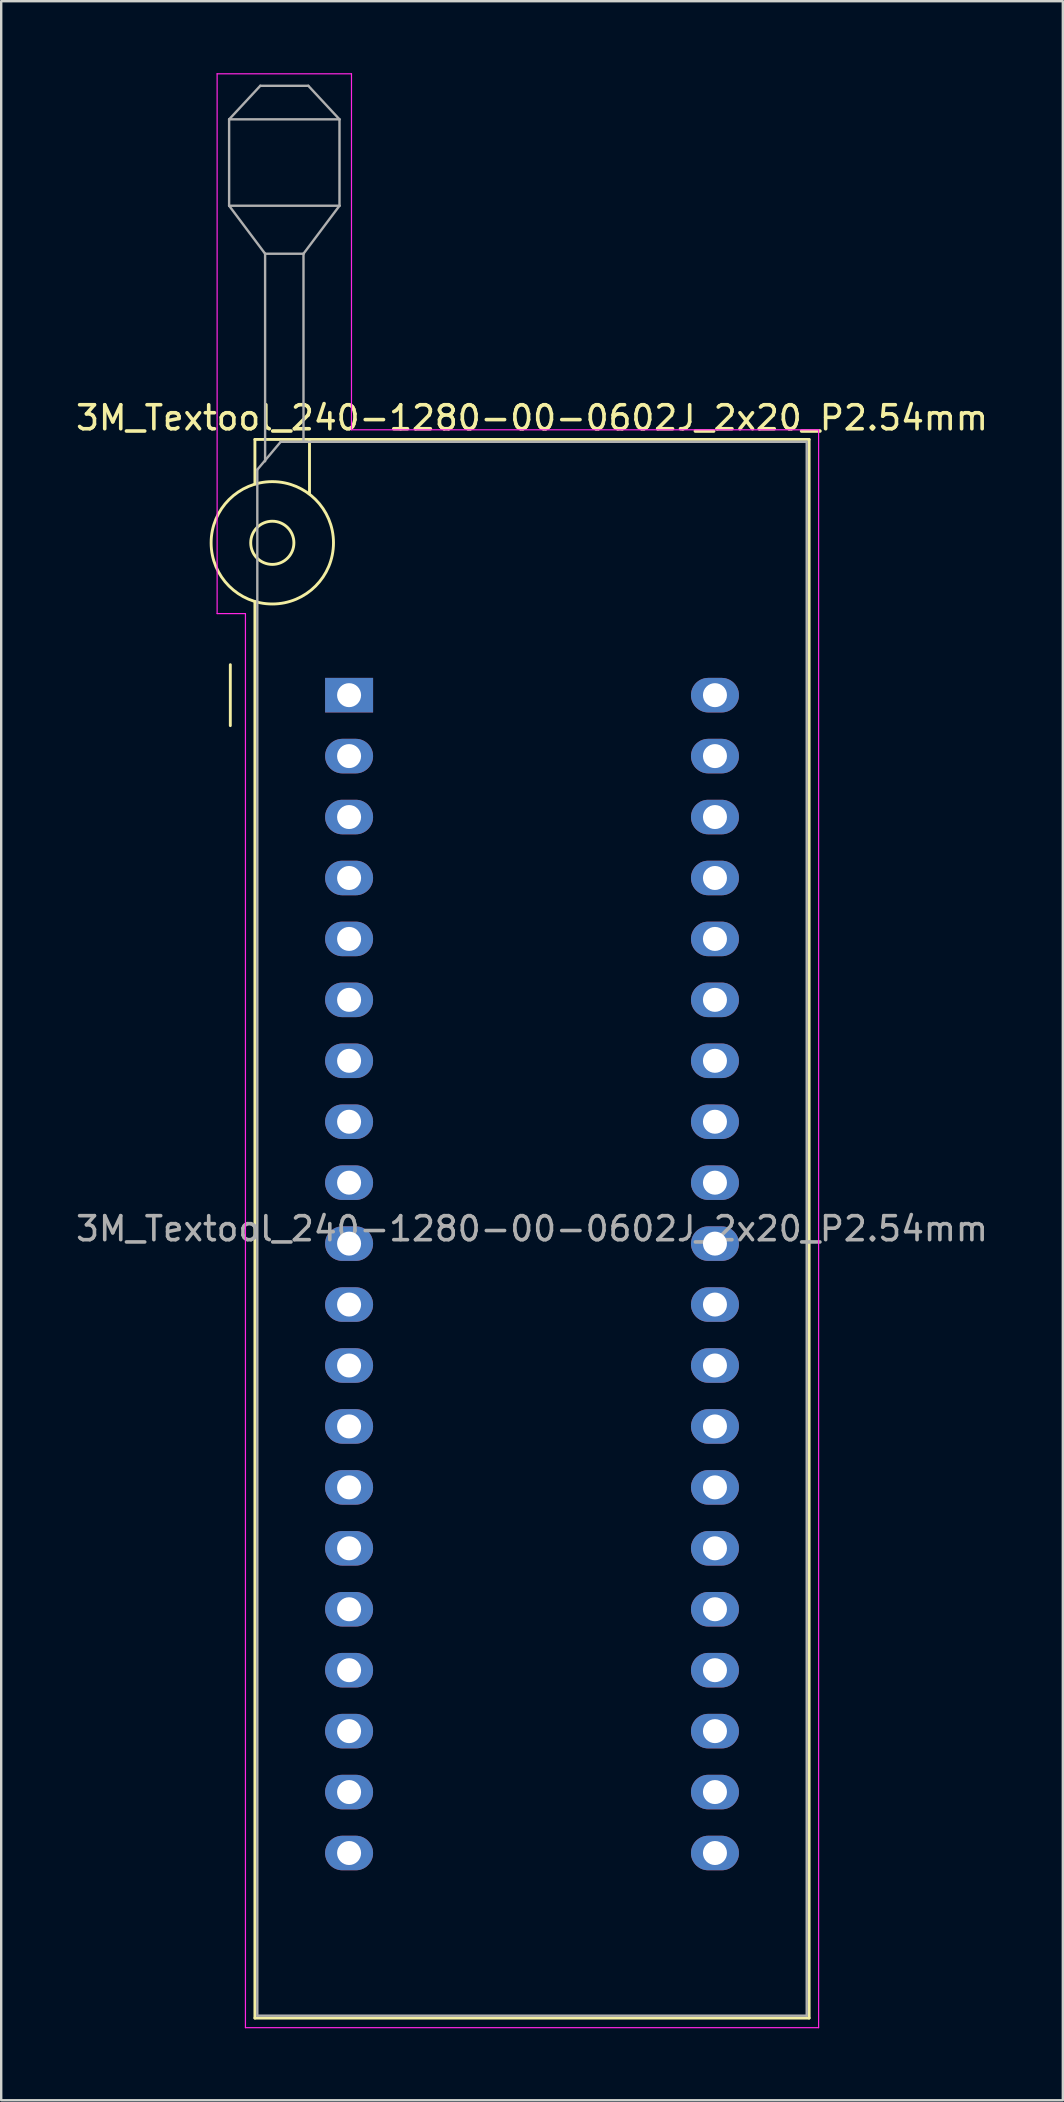
<source format=kicad_pcb>
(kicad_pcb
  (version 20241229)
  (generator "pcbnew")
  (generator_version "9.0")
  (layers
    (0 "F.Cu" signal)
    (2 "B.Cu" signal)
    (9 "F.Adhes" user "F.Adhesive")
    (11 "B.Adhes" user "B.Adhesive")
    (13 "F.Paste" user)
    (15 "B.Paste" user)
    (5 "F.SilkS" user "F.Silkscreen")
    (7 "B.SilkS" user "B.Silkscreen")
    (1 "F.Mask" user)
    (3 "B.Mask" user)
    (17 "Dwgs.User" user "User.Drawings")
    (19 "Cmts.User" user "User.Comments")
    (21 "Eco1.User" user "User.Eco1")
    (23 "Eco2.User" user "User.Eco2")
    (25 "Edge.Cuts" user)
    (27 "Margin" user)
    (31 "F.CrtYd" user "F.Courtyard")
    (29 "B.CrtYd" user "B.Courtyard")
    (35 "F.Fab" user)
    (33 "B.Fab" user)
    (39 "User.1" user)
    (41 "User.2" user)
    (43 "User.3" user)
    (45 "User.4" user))
  (footprint "3M_Textool_240-1280-00-0602J_2x20_P2.54mm"
    (layer "F.Cu")
    (at 11.5 25.925)
    (property "Reference" "3M_Textool_240-1280-00-0602J_2x20_P2.54mm" (at 7.625 -11.56 0) (layer "F.SilkS") (effects (font (size 1 1) (thickness 0.15))))
    (attr through_hole)
    (fp_line (start -4.95 1.27) (end -4.95 -1.27) (stroke (width 0.12) (type solid)) (layer "F.SilkS"))
    (fp_line (start -3.925 -10.66) (end -3.925 -8.8) (stroke (width 0.12) (type solid)) (layer "F.SilkS"))
    (fp_line (start -3.925 -3.9) (end -3.925 55.14) (stroke (width 0.12) (type solid)) (layer "F.SilkS"))
    (fp_line (start -3.925 55.14) (end 19.175 55.14) (stroke (width 0.12) (type solid)) (layer "F.SilkS"))
    (fp_line (start -1.65 -10.66) (end -1.65 -8.4) (stroke (width 0.12) (type solid)) (layer "F.SilkS"))
    (fp_line (start 19.175 -10.66) (end -3.925 -10.66) (stroke (width 0.12) (type solid)) (layer "F.SilkS"))
    (fp_line (start 19.175 55.14) (end 19.175 -10.66) (stroke (width 0.12) (type solid)) (layer "F.SilkS"))
    (fp_circle (center -3.2 -6.35) (end -2.3 -6.35) (stroke (width 0.12) (type solid)) (fill no) (layer "F.SilkS"))
    (fp_circle (center -3.2 -6.35) (end -0.65 -6.35) (stroke (width 0.12) (type solid)) (fill no) (layer "F.SilkS"))
    (fp_line (start -5.5 -25.9) (end 0.1 -25.9) (stroke (width 0.05) (type solid)) (layer "F.CrtYd"))
    (fp_line (start -5.5 -3.4) (end -5.5 -25.9) (stroke (width 0.05) (type solid)) (layer "F.CrtYd"))
    (fp_line (start -4.32 -3.4) (end -5.5 -3.4) (stroke (width 0.05) (type solid)) (layer "F.CrtYd"))
    (fp_line (start -4.32 55.54) (end -4.32 -3.4) (stroke (width 0.05) (type solid)) (layer "F.CrtYd"))
    (fp_line (start 0.1 -25.9) (end 0.1 -11.06) (stroke (width 0.05) (type solid)) (layer "F.CrtYd"))
    (fp_line (start 0.1 -11.06) (end 19.57 -11.06) (stroke (width 0.05) (type solid)) (layer "F.CrtYd"))
    (fp_line (start 19.57 -11.06) (end 19.57 55.54) (stroke (width 0.05) (type solid)) (layer "F.CrtYd"))
    (fp_line (start 19.57 55.54) (end -4.32 55.54) (stroke (width 0.05) (type solid)) (layer "F.CrtYd"))
    (fp_line (start -5 -24) (end -5 -20.4) (stroke (width 0.1) (type solid)) (layer "F.Fab"))
    (fp_line (start -5 -24) (end -3.7 -25.4) (stroke (width 0.1) (type solid)) (layer "F.Fab"))
    (fp_line (start -5 -20.4) (end -3.5 -18.4) (stroke (width 0.1) (type solid)) (layer "F.Fab"))
    (fp_line (start -5 -20.4) (end -0.4 -20.4) (stroke (width 0.1) (type solid)) (layer "F.Fab"))
    (fp_line (start -3.825 -9.4) (end -2.85 -10.56) (stroke (width 0.1) (type solid)) (layer "F.Fab"))
    (fp_line (start -3.825 55.04) (end -3.825 -9.4) (stroke (width 0.1) (type solid)) (layer "F.Fab"))
    (fp_line (start -3.7 -25.4) (end -1.7 -25.4) (stroke (width 0.1) (type solid)) (layer "F.Fab"))
    (fp_line (start -3.5 -18.4) (end -1.9 -18.4) (stroke (width 0.1) (type solid)) (layer "F.Fab"))
    (fp_line (start -3.5 -9.75) (end -3.5 -18.4) (stroke (width 0.1) (type solid)) (layer "F.Fab"))
    (fp_line (start -2.85 -10.56) (end 19.075 -10.56) (stroke (width 0.1) (type solid)) (layer "F.Fab"))
    (fp_line (start -1.9 -18.4) (end -1.9 -10.56) (stroke (width 0.1) (type solid)) (layer "F.Fab"))
    (fp_line (start -1.7 -25.4) (end -0.4 -24) (stroke (width 0.1) (type solid)) (layer "F.Fab"))
    (fp_line (start -0.4 -24) (end -5 -24) (stroke (width 0.1) (type solid)) (layer "F.Fab"))
    (fp_line (start -0.4 -20.4) (end -1.9 -18.4) (stroke (width 0.1) (type solid)) (layer "F.Fab"))
    (fp_line (start -0.4 -20.4) (end -0.4 -24) (stroke (width 0.1) (type solid)) (layer "F.Fab"))
    (fp_line (start 19.075 -10.56) (end 19.075 55.04) (stroke (width 0.1) (type solid)) (layer "F.Fab"))
    (fp_line (start 19.075 55.04) (end -3.825 55.04) (stroke (width 0.1) (type solid)) (layer "F.Fab"))
    (fp_text user "${REFERENCE}" (at 7.625 22.24 0) (layer "F.Fab") (effects (font (size 1 1) (thickness 0.15))))
    (pad "1" thru_hole rect (at 0 0) (size 2 1.44) (drill 1) (layers "*.Cu" "*.Mask"))
    (pad "2" thru_hole oval (at 0 2.54) (size 2 1.44) (drill 1) (layers "*.Cu" "*.Mask"))
    (pad "3" thru_hole oval (at 0 5.08) (size 2 1.44) (drill 1) (layers "*.Cu" "*.Mask"))
    (pad "4" thru_hole oval (at 0 7.62) (size 2 1.44) (drill 1) (layers "*.Cu" "*.Mask"))
    (pad "5" thru_hole oval (at 0 10.16) (size 2 1.44) (drill 1) (layers "*.Cu" "*.Mask"))
    (pad "6" thru_hole oval (at 0 12.7) (size 2 1.44) (drill 1) (layers "*.Cu" "*.Mask"))
    (pad "7" thru_hole oval (at 0 15.24) (size 2 1.44) (drill 1) (layers "*.Cu" "*.Mask"))
    (pad "8" thru_hole oval (at 0 17.78) (size 2 1.44) (drill 1) (layers "*.Cu" "*.Mask"))
    (pad "9" thru_hole oval (at 0 20.32) (size 2 1.44) (drill 1) (layers "*.Cu" "*.Mask"))
    (pad "10" thru_hole oval (at 0 22.86) (size 2 1.44) (drill 1) (layers "*.Cu" "*.Mask"))
    (pad "11" thru_hole oval (at 0 25.4) (size 2 1.44) (drill 1) (layers "*.Cu" "*.Mask"))
    (pad "12" thru_hole oval (at 0 27.94) (size 2 1.44) (drill 1) (layers "*.Cu" "*.Mask"))
    (pad "13" thru_hole oval (at 0 30.48) (size 2 1.44) (drill 1) (layers "*.Cu" "*.Mask"))
    (pad "14" thru_hole oval (at 0 33.02) (size 2 1.44) (drill 1) (layers "*.Cu" "*.Mask"))
    (pad "15" thru_hole oval (at 0 35.56) (size 2 1.44) (drill 1) (layers "*.Cu" "*.Mask"))
    (pad "16" thru_hole oval (at 0 38.1) (size 2 1.44) (drill 1) (layers "*.Cu" "*.Mask"))
    (pad "17" thru_hole oval (at 0 40.64) (size 2 1.44) (drill 1) (layers "*.Cu" "*.Mask"))
    (pad "18" thru_hole oval (at 0 43.18) (size 2 1.44) (drill 1) (layers "*.Cu" "*.Mask"))
    (pad "19" thru_hole oval (at 0 45.72) (size 2 1.44) (drill 1) (layers "*.Cu" "*.Mask"))
    (pad "20" thru_hole oval (at 0 48.26) (size 2 1.44) (drill 1) (layers "*.Cu" "*.Mask"))
    (pad "21" thru_hole oval (at 15.25 48.26) (size 2 1.44) (drill 1) (layers "*.Cu" "*.Mask"))
    (pad "22" thru_hole oval (at 15.25 45.72) (size 2 1.44) (drill 1) (layers "*.Cu" "*.Mask"))
    (pad "23" thru_hole oval (at 15.25 43.18) (size 2 1.44) (drill 1) (layers "*.Cu" "*.Mask"))
    (pad "24" thru_hole oval (at 15.25 40.64) (size 2 1.44) (drill 1) (layers "*.Cu" "*.Mask"))
    (pad "25" thru_hole oval (at 15.25 38.1) (size 2 1.44) (drill 1) (layers "*.Cu" "*.Mask"))
    (pad "26" thru_hole oval (at 15.25 35.56) (size 2 1.44) (drill 1) (layers "*.Cu" "*.Mask"))
    (pad "27" thru_hole oval (at 15.25 33.02) (size 2 1.44) (drill 1) (layers "*.Cu" "*.Mask"))
    (pad "28" thru_hole oval (at 15.25 30.48) (size 2 1.44) (drill 1) (layers "*.Cu" "*.Mask"))
    (pad "29" thru_hole oval (at 15.25 27.94) (size 2 1.44) (drill 1) (layers "*.Cu" "*.Mask"))
    (pad "30" thru_hole oval (at 15.25 25.4) (size 2 1.44) (drill 1) (layers "*.Cu" "*.Mask"))
    (pad "31" thru_hole oval (at 15.25 22.86) (size 2 1.44) (drill 1) (layers "*.Cu" "*.Mask"))
    (pad "32" thru_hole oval (at 15.25 20.32) (size 2 1.44) (drill 1) (layers "*.Cu" "*.Mask"))
    (pad "33" thru_hole oval (at 15.25 17.78) (size 2 1.44) (drill 1) (layers "*.Cu" "*.Mask"))
    (pad "34" thru_hole oval (at 15.25 15.24) (size 2 1.44) (drill 1) (layers "*.Cu" "*.Mask"))
    (pad "35" thru_hole oval (at 15.25 12.7) (size 2 1.44) (drill 1) (layers "*.Cu" "*.Mask"))
    (pad "36" thru_hole oval (at 15.25 10.16) (size 2 1.44) (drill 1) (layers "*.Cu" "*.Mask"))
    (pad "37" thru_hole oval (at 15.25 7.62) (size 2 1.44) (drill 1) (layers "*.Cu" "*.Mask"))
    (pad "38" thru_hole oval (at 15.25 5.08) (size 2 1.44) (drill 1) (layers "*.Cu" "*.Mask"))
    (pad "39" thru_hole oval (at 15.25 2.54) (size 2 1.44) (drill 1) (layers "*.Cu" "*.Mask"))
    (pad "40" thru_hole oval (at 15.25 0) (size 2 1.44) (drill 1) (layers "*.Cu" "*.Mask")))
  (gr_rect
    (start -3 -3)
    (end 41.25 84.49)
    (stroke (width 0.1) (type default))
    (fill no)
    (layer "Edge.Cuts")))
</source>
